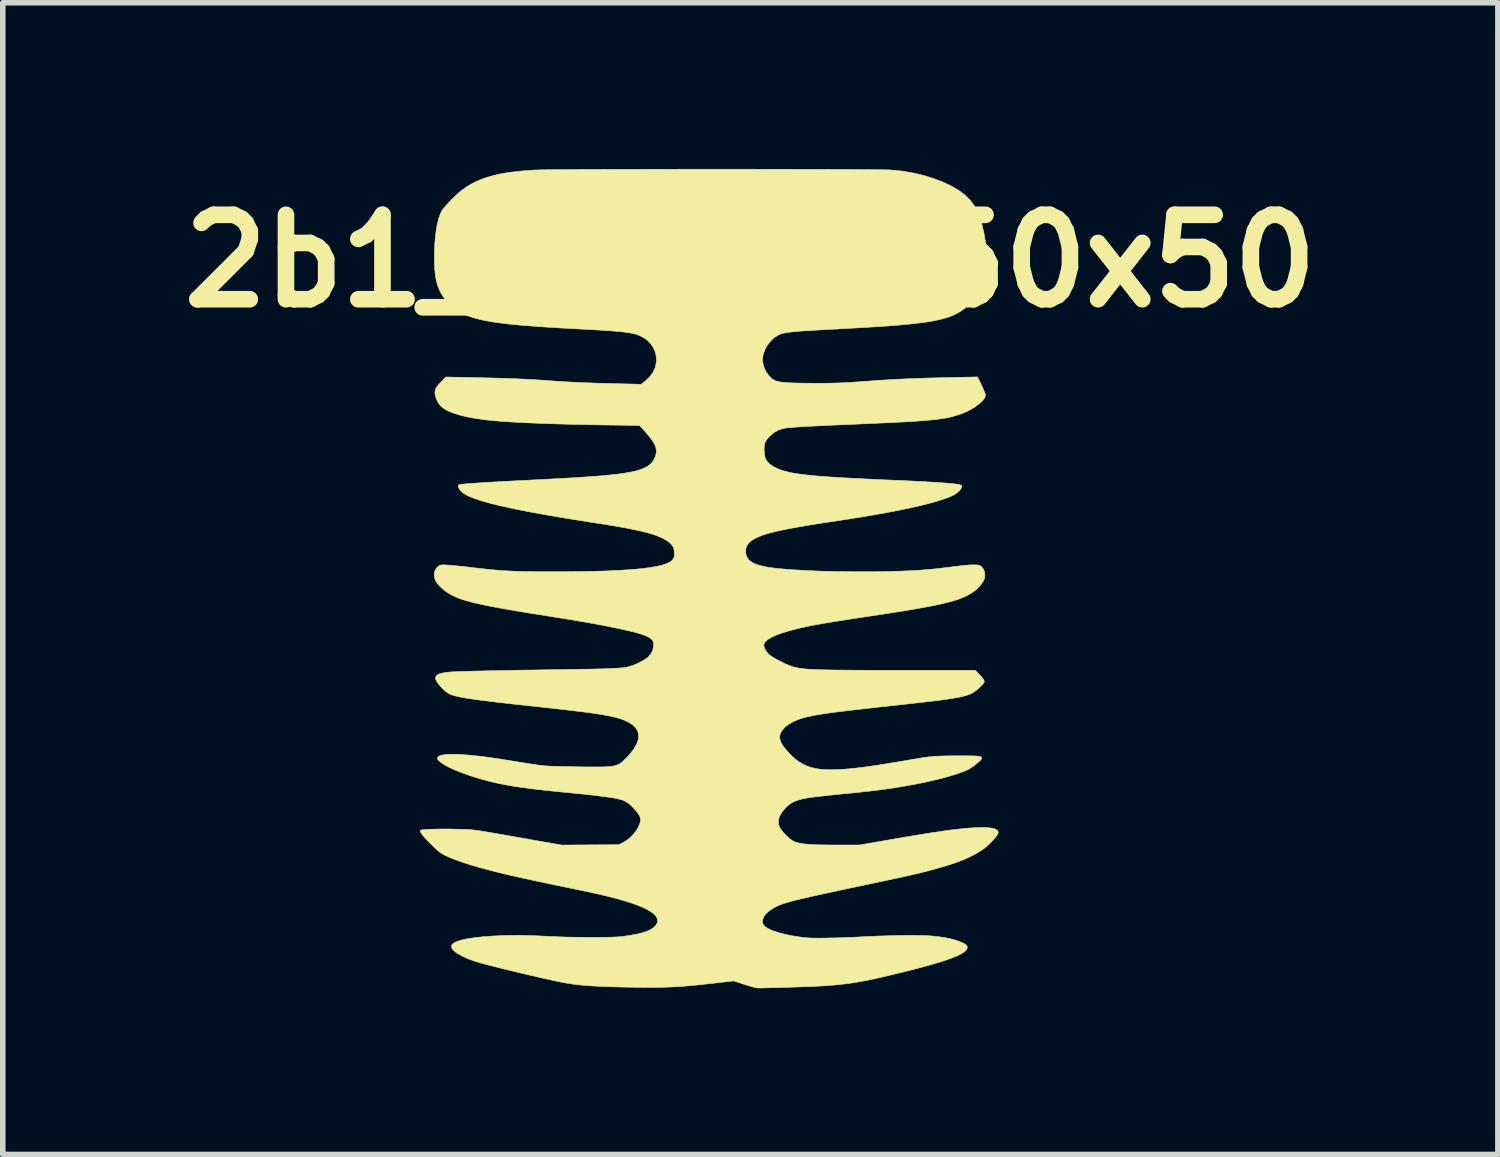
<source format=kicad_pcb>
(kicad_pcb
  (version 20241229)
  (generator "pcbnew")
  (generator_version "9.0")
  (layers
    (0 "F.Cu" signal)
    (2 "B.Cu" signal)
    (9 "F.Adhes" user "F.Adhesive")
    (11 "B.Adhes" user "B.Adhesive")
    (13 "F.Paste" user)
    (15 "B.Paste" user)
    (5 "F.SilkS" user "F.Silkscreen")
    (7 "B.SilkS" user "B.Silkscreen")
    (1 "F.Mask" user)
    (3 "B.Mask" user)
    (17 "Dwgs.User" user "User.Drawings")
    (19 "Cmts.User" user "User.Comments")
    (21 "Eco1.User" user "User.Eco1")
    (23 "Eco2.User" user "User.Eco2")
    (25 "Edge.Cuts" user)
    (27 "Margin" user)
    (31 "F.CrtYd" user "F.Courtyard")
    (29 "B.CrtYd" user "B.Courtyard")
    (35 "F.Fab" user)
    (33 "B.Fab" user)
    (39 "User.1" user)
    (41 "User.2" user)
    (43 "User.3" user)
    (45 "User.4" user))
  (footprint "2b1_Mouth_50x50"
    (layer "F.Cu")
    (at 10.494 1.662)
    (property "Reference" "2b1_Mouth_50x50" (at 0 0 0) (layer "F.SilkS") (effects (font (size 1.524 1.524) (thickness 0.3))))
    (attr through_hole)
    (fp_poly (pts (xy -0.378 -1.657) (xy -0.148 -1.657) (xy 0.079 -1.657) (xy 0.303 -1.656) (xy 0.522 -1.656) (xy 0.736 -1.656) (xy 0.943 -1.655) (xy 1.143 -1.655) (xy 1.333 -1.654) (xy 1.514 -1.653) (xy 1.684 -1.653) (xy 1.841 -1.652) (xy 1.986 -1.651) (xy 2.117 -1.65) (xy 2.232 -1.649) (xy 2.332 -1.648) (xy 2.414 -1.647) (xy 2.478 -1.646) (xy 2.522 -1.644) (xy 2.54 -1.643) (xy 2.737 -1.624) (xy 2.931 -1.591) (xy 3.12 -1.548) (xy 3.3 -1.493) (xy 3.469 -1.429) (xy 3.624 -1.356) (xy 3.762 -1.275) (xy 3.764 -1.274) (xy 3.871 -1.194) (xy 3.962 -1.105) (xy 4.037 -1.006) (xy 4.1 -0.893) (xy 4.151 -0.765) (xy 4.175 -0.683) (xy 4.219 -0.496) (xy 4.247 -0.32) (xy 4.259 -0.155) (xy 4.256 0.004) (xy 4.236 0.156) (xy 4.229 0.191) (xy 4.199 0.323) (xy 4.164 0.437) (xy 4.124 0.537) (xy 4.078 0.624) (xy 4.023 0.702) (xy 3.957 0.774) (xy 3.88 0.843) (xy 3.875 0.848) (xy 3.83 0.883) (xy 3.782 0.915) (xy 3.731 0.945) (xy 3.676 0.972) (xy 3.616 0.997) (xy 3.549 1.021) (xy 3.475 1.042) (xy 3.392 1.062) (xy 3.3 1.081) (xy 3.197 1.098) (xy 3.083 1.114) (xy 2.957 1.129) (xy 2.817 1.144) (xy 2.662 1.158) (xy 2.491 1.171) (xy 2.304 1.184) (xy 2.099 1.197) (xy 1.875 1.21) (xy 1.632 1.223) (xy 1.55 1.228) (xy 1.386 1.236) (xy 1.241 1.244) (xy 1.114 1.252) (xy 1.004 1.259) (xy 0.909 1.265) (xy 0.828 1.272) (xy 0.759 1.278) (xy 0.701 1.285) (xy 0.653 1.292) (xy 0.612 1.3) (xy 0.578 1.308) (xy 0.549 1.317) (xy 0.524 1.327) (xy 0.5 1.338) (xy 0.498 1.339) (xy 0.427 1.385) (xy 0.363 1.447) (xy 0.307 1.52) (xy 0.263 1.6) (xy 0.233 1.682) (xy 0.22 1.763) (xy 0.22 1.778) (xy 0.229 1.855) (xy 0.252 1.932) (xy 0.288 2.005) (xy 0.335 2.069) (xy 0.388 2.122) (xy 0.447 2.158) (xy 0.465 2.165) (xy 0.501 2.175) (xy 0.547 2.184) (xy 0.604 2.191) (xy 0.675 2.196) (xy 0.76 2.2) (xy 0.862 2.203) (xy 0.981 2.205) (xy 1.119 2.206) (xy 1.185 2.206) (xy 1.308 2.206) (xy 1.413 2.205) (xy 1.506 2.203) (xy 1.592 2.201) (xy 1.673 2.198) (xy 1.756 2.194) (xy 1.844 2.188) (xy 1.941 2.181) (xy 1.995 2.177) (xy 2.137 2.167) (xy 2.269 2.157) (xy 2.394 2.149) (xy 2.514 2.142) (xy 2.633 2.135) (xy 2.753 2.129) (xy 2.876 2.124) (xy 3.006 2.119) (xy 3.144 2.114) (xy 3.295 2.11) (xy 3.459 2.106) (xy 3.641 2.102) (xy 3.752 2.1) (xy 4.102 2.092) (xy 4.173 2.241) (xy 4.197 2.294) (xy 4.218 2.343) (xy 4.234 2.383) (xy 4.243 2.41) (xy 4.244 2.418) (xy 4.236 2.457) (xy 4.213 2.498) (xy 4.171 2.543) (xy 4.16 2.553) (xy 4.053 2.636) (xy 3.929 2.707) (xy 3.791 2.765) (xy 3.641 2.81) (xy 3.568 2.826) (xy 3.516 2.836) (xy 3.461 2.844) (xy 3.403 2.853) (xy 3.34 2.861) (xy 3.271 2.868) (xy 3.195 2.875) (xy 3.11 2.882) (xy 3.014 2.889) (xy 2.908 2.896) (xy 2.789 2.903) (xy 2.656 2.91) (xy 2.507 2.918) (xy 2.342 2.925) (xy 2.16 2.934) (xy 1.958 2.942) (xy 1.831 2.948) (xy 1.628 2.956) (xy 1.446 2.964) (xy 1.284 2.972) (xy 1.14 2.979) (xy 1.015 2.986) (xy 0.907 2.992) (xy 0.815 2.998) (xy 0.74 3.004) (xy 0.68 3.01) (xy 0.634 3.015) (xy 0.602 3.021) (xy 0.602 3.021) (xy 0.51 3.049) (xy 0.429 3.094) (xy 0.357 3.155) (xy 0.312 3.204) (xy 0.281 3.247) (xy 0.262 3.288) (xy 0.252 3.335) (xy 0.249 3.393) (xy 0.249 3.408) (xy 0.254 3.489) (xy 0.269 3.556) (xy 0.299 3.612) (xy 0.343 3.66) (xy 0.405 3.704) (xy 0.454 3.73) (xy 0.498 3.751) (xy 0.546 3.77) (xy 0.6 3.787) (xy 0.66 3.803) (xy 0.728 3.819) (xy 0.805 3.833) (xy 0.891 3.846) (xy 0.988 3.858) (xy 1.097 3.87) (xy 1.218 3.881) (xy 1.354 3.892) (xy 1.506 3.902) (xy 1.673 3.912) (xy 1.858 3.922) (xy 2.061 3.932) (xy 2.284 3.943) (xy 2.392 3.948) (xy 2.604 3.957) (xy 2.797 3.966) (xy 2.969 3.974) (xy 3.123 3.982) (xy 3.259 3.99) (xy 3.378 3.997) (xy 3.48 4.004) (xy 3.567 4.011) (xy 3.64 4.018) (xy 3.698 4.024) (xy 3.743 4.031) (xy 3.776 4.037) (xy 3.798 4.044) (xy 3.806 4.048) (xy 3.818 4.06) (xy 3.817 4.075) (xy 3.811 4.094) (xy 3.787 4.131) (xy 3.749 4.17) (xy 3.7 4.206) (xy 3.664 4.227) (xy 3.584 4.263) (xy 3.484 4.299) (xy 3.365 4.337) (xy 3.225 4.376) (xy 3.068 4.415) (xy 2.892 4.455) (xy 2.699 4.495) (xy 2.489 4.536) (xy 2.263 4.577) (xy 2.021 4.618) (xy 1.765 4.659) (xy 1.572 4.688) (xy 1.366 4.719) (xy 1.18 4.748) (xy 1.012 4.776) (xy 0.862 4.801) (xy 0.728 4.826) (xy 0.609 4.849) (xy 0.503 4.872) (xy 0.41 4.894) (xy 0.328 4.915) (xy 0.256 4.937) (xy 0.193 4.959) (xy 0.137 4.982) (xy 0.109 4.995) (xy 0.034 5.037) (xy -0.022 5.082) (xy -0.06 5.133) (xy -0.08 5.19) (xy -0.085 5.239) (xy -0.077 5.303) (xy -0.055 5.358) (xy -0.017 5.404) (xy 0.038 5.444) (xy 0.111 5.477) (xy 0.204 5.504) (xy 0.249 5.514) (xy 0.336 5.53) (xy 0.444 5.544) (xy 0.569 5.557) (xy 0.712 5.569) (xy 0.87 5.579) (xy 1.042 5.588) (xy 1.227 5.596) (xy 1.423 5.602) (xy 1.63 5.606) (xy 1.844 5.608) (xy 2.027 5.609) (xy 2.264 5.608) (xy 2.483 5.605) (xy 2.687 5.599) (xy 2.877 5.591) (xy 3.056 5.581) (xy 3.227 5.567) (xy 3.393 5.551) (xy 3.556 5.531) (xy 3.61 5.524) (xy 3.748 5.507) (xy 3.866 5.494) (xy 3.963 5.486) (xy 4.04 5.484) (xy 4.097 5.486) (xy 4.131 5.492) (xy 4.174 5.517) (xy 4.207 5.557) (xy 4.227 5.61) (xy 4.234 5.671) (xy 4.229 5.719) (xy 4.214 5.761) (xy 4.186 5.809) (xy 4.147 5.86) (xy 4.103 5.908) (xy 4.071 5.936) (xy 4.03 5.967) (xy 3.988 5.996) (xy 3.942 6.023) (xy 3.892 6.049) (xy 3.837 6.073) (xy 3.776 6.097) (xy 3.707 6.121) (xy 3.63 6.143) (xy 3.544 6.166) (xy 3.447 6.189) (xy 3.338 6.213) (xy 3.217 6.237) (xy 3.082 6.262) (xy 2.932 6.288) (xy 2.766 6.316) (xy 2.584 6.345) (xy 2.383 6.376) (xy 2.164 6.409) (xy 1.958 6.44) (xy 1.776 6.468) (xy 1.614 6.493) (xy 1.468 6.516) (xy 1.338 6.538) (xy 1.221 6.559) (xy 1.115 6.578) (xy 1.019 6.598) (xy 0.931 6.617) (xy 0.852 6.635) (xy 0.704 6.674) (xy 0.576 6.713) (xy 0.469 6.752) (xy 0.382 6.791) (xy 0.317 6.83) (xy 0.272 6.87) (xy 0.248 6.909) (xy 0.243 6.934) (xy 0.253 6.983) (xy 0.279 7.034) (xy 0.319 7.085) (xy 0.342 7.107) (xy 0.377 7.133) (xy 0.427 7.164) (xy 0.487 7.198) (xy 0.554 7.232) (xy 0.621 7.265) (xy 0.686 7.293) (xy 0.743 7.315) (xy 0.767 7.323) (xy 0.798 7.331) (xy 0.829 7.339) (xy 0.862 7.346) (xy 0.899 7.352) (xy 0.94 7.358) (xy 0.986 7.363) (xy 1.038 7.367) (xy 1.098 7.371) (xy 1.166 7.374) (xy 1.244 7.377) (xy 1.333 7.379) (xy 1.433 7.381) (xy 1.547 7.383) (xy 1.674 7.384) (xy 1.816 7.385) (xy 1.974 7.386) (xy 2.15 7.387) (xy 2.344 7.387) (xy 2.557 7.387) (xy 2.72 7.387) (xy 4.059 7.387) (xy 4.124 7.453) (xy 4.167 7.499) (xy 4.196 7.535) (xy 4.214 7.562) (xy 4.222 7.584) (xy 4.223 7.594) (xy 4.215 7.613) (xy 4.193 7.641) (xy 4.161 7.675) (xy 4.123 7.711) (xy 4.081 7.746) (xy 4.039 7.777) (xy 4.031 7.782) (xy 4.006 7.797) (xy 3.978 7.811) (xy 3.948 7.824) (xy 3.913 7.837) (xy 3.872 7.849) (xy 3.825 7.861) (xy 3.769 7.873) (xy 3.704 7.885) (xy 3.629 7.897) (xy 3.543 7.91) (xy 3.443 7.924) (xy 3.33 7.938) (xy 3.202 7.954) (xy 3.057 7.97) (xy 2.896 7.989) (xy 2.715 8.009) (xy 2.515 8.03) (xy 2.492 8.033) (xy 2.29 8.055) (xy 2.108 8.075) (xy 1.944 8.094) (xy 1.797 8.111) (xy 1.666 8.127) (xy 1.549 8.141) (xy 1.445 8.155) (xy 1.353 8.168) (xy 1.271 8.181) (xy 1.198 8.193) (xy 1.133 8.205) (xy 1.074 8.217) (xy 1.019 8.229) (xy 0.975 8.24) (xy 0.878 8.271) (xy 0.786 8.309) (xy 0.705 8.353) (xy 0.639 8.401) (xy 0.624 8.415) (xy 0.576 8.469) (xy 0.544 8.521) (xy 0.53 8.574) (xy 0.532 8.628) (xy 0.552 8.687) (xy 0.59 8.752) (xy 0.645 8.823) (xy 0.704 8.888) (xy 0.761 8.945) (xy 0.819 8.996) (xy 0.88 9.041) (xy 0.943 9.079) (xy 1.011 9.111) (xy 1.084 9.137) (xy 1.165 9.158) (xy 1.253 9.172) (xy 1.35 9.181) (xy 1.458 9.183) (xy 1.577 9.181) (xy 1.71 9.172) (xy 1.856 9.159) (xy 2.017 9.14) (xy 2.195 9.115) (xy 2.39 9.086) (xy 2.604 9.051) (xy 2.72 9.032) (xy 2.828 9.013) (xy 2.917 8.998) (xy 2.991 8.986) (xy 3.05 8.976) (xy 3.098 8.968) (xy 3.137 8.962) (xy 3.168 8.957) (xy 3.196 8.954) (xy 3.221 8.951) (xy 3.247 8.948) (xy 3.275 8.945) (xy 3.297 8.943) (xy 3.337 8.94) (xy 3.393 8.937) (xy 3.462 8.935) (xy 3.54 8.933) (xy 3.624 8.932) (xy 3.711 8.931) (xy 3.798 8.931) (xy 3.881 8.931) (xy 3.958 8.932) (xy 4.024 8.933) (xy 4.077 8.935) (xy 4.113 8.937) (xy 4.122 8.938) (xy 4.159 8.947) (xy 4.176 8.961) (xy 4.174 8.982) (xy 4.163 9.001) (xy 4.143 9.023) (xy 4.109 9.052) (xy 4.067 9.086) (xy 4.022 9.12) (xy 3.977 9.151) (xy 3.938 9.175) (xy 3.926 9.181) (xy 3.876 9.204) (xy 3.809 9.229) (xy 3.728 9.257) (xy 3.638 9.285) (xy 3.54 9.314) (xy 3.439 9.341) (xy 3.381 9.356) (xy 3.117 9.416) (xy 2.835 9.47) (xy 2.535 9.519) (xy 2.22 9.561) (xy 1.891 9.597) (xy 1.873 9.599) (xy 1.713 9.614) (xy 1.573 9.628) (xy 1.45 9.641) (xy 1.344 9.652) (xy 1.252 9.662) (xy 1.174 9.672) (xy 1.106 9.68) (xy 1.049 9.689) (xy 1 9.697) (xy 0.958 9.705) (xy 0.921 9.714) (xy 0.887 9.723) (xy 0.86 9.731) (xy 0.786 9.759) (xy 0.726 9.791) (xy 0.672 9.834) (xy 0.628 9.879) (xy 0.568 9.952) (xy 0.528 10.022) (xy 0.507 10.087) (xy 0.507 10.151) (xy 0.525 10.213) (xy 0.535 10.232) (xy 0.56 10.271) (xy 0.598 10.316) (xy 0.643 10.364) (xy 0.69 10.408) (xy 0.734 10.445) (xy 0.745 10.453) (xy 0.776 10.471) (xy 0.811 10.487) (xy 0.852 10.5) (xy 0.9 10.511) (xy 0.958 10.52) (xy 1.027 10.527) (xy 1.108 10.533) (xy 1.204 10.537) (xy 1.316 10.539) (xy 1.446 10.541) (xy 1.581 10.541) (xy 1.972 10.541) (xy 2.428 10.462) (xy 2.631 10.427) (xy 2.815 10.395) (xy 2.982 10.367) (xy 3.132 10.343) (xy 3.268 10.321) (xy 3.391 10.303) (xy 3.502 10.286) (xy 3.604 10.272) (xy 3.697 10.261) (xy 3.784 10.251) (xy 3.866 10.243) (xy 3.945 10.236) (xy 3.958 10.235) (xy 4.092 10.226) (xy 4.206 10.224) (xy 4.299 10.229) (xy 4.373 10.239) (xy 4.427 10.255) (xy 4.461 10.278) (xy 4.475 10.306) (xy 4.47 10.333) (xy 4.45 10.369) (xy 4.418 10.412) (xy 4.376 10.46) (xy 4.327 10.51) (xy 4.273 10.559) (xy 4.217 10.605) (xy 4.17 10.638) (xy 4.071 10.699) (xy 3.964 10.755) (xy 3.846 10.807) (xy 3.715 10.857) (xy 3.567 10.906) (xy 3.46 10.938) (xy 3.39 10.958) (xy 3.324 10.977) (xy 3.26 10.994) (xy 3.196 11.011) (xy 3.131 11.028) (xy 3.062 11.045) (xy 2.989 11.063) (xy 2.908 11.081) (xy 2.818 11.102) (xy 2.717 11.124) (xy 2.604 11.148) (xy 2.476 11.176) (xy 2.332 11.206) (xy 2.17 11.241) (xy 2.101 11.255) (xy 1.894 11.299) (xy 1.707 11.339) (xy 1.539 11.375) (xy 1.388 11.407) (xy 1.253 11.437) (xy 1.133 11.463) (xy 1.026 11.488) (xy 0.933 11.509) (xy 0.851 11.529) (xy 0.779 11.547) (xy 0.717 11.564) (xy 0.663 11.579) (xy 0.616 11.594) (xy 0.575 11.608) (xy 0.538 11.621) (xy 0.505 11.635) (xy 0.475 11.649) (xy 0.445 11.664) (xy 0.442 11.665) (xy 0.367 11.711) (xy 0.304 11.762) (xy 0.256 11.815) (xy 0.233 11.856) (xy 0.218 11.91) (xy 0.224 11.958) (xy 0.249 11.999) (xy 0.268 12.017) (xy 0.327 12.053) (xy 0.405 12.088) (xy 0.499 12.12) (xy 0.609 12.15) (xy 0.732 12.176) (xy 0.866 12.198) (xy 0.995 12.215) (xy 1.044 12.218) (xy 1.112 12.221) (xy 1.196 12.222) (xy 1.294 12.222) (xy 1.402 12.22) (xy 1.519 12.218) (xy 1.642 12.215) (xy 1.768 12.21) (xy 1.895 12.205) (xy 2.021 12.198) (xy 2.043 12.197) (xy 2.167 12.191) (xy 2.298 12.185) (xy 2.432 12.181) (xy 2.566 12.177) (xy 2.698 12.175) (xy 2.825 12.173) (xy 2.943 12.173) (xy 3.049 12.174) (xy 3.141 12.176) (xy 3.216 12.179) (xy 3.233 12.18) (xy 3.391 12.195) (xy 3.53 12.216) (xy 3.651 12.243) (xy 3.756 12.276) (xy 3.835 12.309) (xy 3.875 12.33) (xy 3.899 12.347) (xy 3.911 12.364) (xy 3.915 12.383) (xy 3.916 12.39) (xy 3.909 12.418) (xy 3.888 12.447) (xy 3.852 12.477) (xy 3.801 12.509) (xy 3.733 12.542) (xy 3.649 12.576) (xy 3.548 12.613) (xy 3.429 12.652) (xy 3.291 12.693) (xy 3.134 12.737) (xy 2.958 12.784) (xy 2.761 12.833) (xy 2.731 12.841) (xy 2.548 12.885) (xy 2.384 12.924) (xy 2.233 12.958) (xy 2.094 12.986) (xy 1.964 13.01) (xy 1.84 13.031) (xy 1.719 13.047) (xy 1.598 13.061) (xy 1.474 13.073) (xy 1.344 13.082) (xy 1.206 13.09) (xy 1.169 13.091) (xy 1.111 13.094) (xy 1.039 13.097) (xy 0.957 13.1) (xy 0.867 13.103) (xy 0.772 13.106) (xy 0.674 13.109) (xy 0.576 13.112) (xy 0.481 13.115) (xy 0.392 13.117) (xy 0.311 13.119) (xy 0.241 13.121) (xy 0.185 13.122) (xy 0.145 13.122) (xy 0.127 13.122) (xy 0.105 13.119) (xy 0.068 13.11) (xy 0.018 13.096) (xy -0.041 13.078) (xy -0.104 13.058) (xy -0.106 13.058) (xy -0.302 12.994) (xy -0.635 13.033) (xy -0.799 13.051) (xy -0.946 13.067) (xy -1.079 13.08) (xy -1.201 13.09) (xy -1.316 13.098) (xy -1.428 13.104) (xy -1.539 13.108) (xy -1.654 13.111) (xy -1.776 13.112) (xy -1.908 13.111) (xy -2.054 13.11) (xy -2.074 13.109) (xy -2.264 13.106) (xy -2.435 13.102) (xy -2.588 13.097) (xy -2.725 13.092) (xy -2.849 13.085) (xy -2.962 13.077) (xy -3.064 13.068) (xy -3.159 13.058) (xy -3.247 13.046) (xy -3.331 13.032) (xy -3.408 13.018) (xy -3.497 12.999) (xy -3.6 12.977) (xy -3.712 12.952) (xy -3.832 12.925) (xy -3.957 12.896) (xy -4.086 12.866) (xy -4.215 12.835) (xy -4.342 12.804) (xy -4.465 12.774) (xy -4.582 12.745) (xy -4.69 12.717) (xy -4.787 12.692) (xy -4.87 12.669) (xy -4.937 12.65) (xy -4.985 12.635) (xy -5.094 12.595) (xy -5.193 12.55) (xy -5.279 12.502) (xy -5.322 12.473) (xy -5.367 12.433) (xy -5.392 12.397) (xy -5.396 12.363) (xy -5.379 12.332) (xy -5.342 12.304) (xy -5.283 12.278) (xy -5.204 12.254) (xy -5.196 12.253) (xy -5.093 12.231) (xy -4.971 12.213) (xy -4.833 12.198) (xy -4.681 12.186) (xy -4.518 12.178) (xy -4.347 12.173) (xy -4.169 12.172) (xy -3.988 12.175) (xy -3.806 12.182) (xy -3.694 12.188) (xy -3.6 12.193) (xy -3.496 12.197) (xy -3.382 12.201) (xy -3.263 12.204) (xy -3.14 12.206) (xy -3.016 12.207) (xy -2.894 12.208) (xy -2.776 12.208) (xy -2.665 12.207) (xy -2.563 12.206) (xy -2.474 12.203) (xy -2.399 12.2) (xy -2.342 12.196) (xy -2.323 12.194) (xy -2.181 12.174) (xy -2.059 12.152) (xy -1.955 12.127) (xy -1.869 12.099) (xy -1.8 12.068) (xy -1.746 12.033) (xy -1.707 11.994) (xy -1.698 11.982) (xy -1.676 11.935) (xy -1.674 11.889) (xy -1.691 11.843) (xy -1.729 11.797) (xy -1.786 11.751) (xy -1.863 11.705) (xy -1.961 11.658) (xy -2.079 11.612) (xy -2.218 11.565) (xy -2.377 11.518) (xy -2.557 11.471) (xy -2.758 11.424) (xy -2.942 11.383) (xy -3.006 11.37) (xy -3.087 11.353) (xy -3.18 11.334) (xy -3.281 11.313) (xy -3.387 11.291) (xy -3.494 11.269) (xy -3.588 11.25) (xy -3.857 11.193) (xy -4.106 11.139) (xy -4.335 11.087) (xy -4.544 11.037) (xy -4.735 10.988) (xy -4.908 10.941) (xy -5.063 10.895) (xy -5.201 10.851) (xy -5.323 10.807) (xy -5.429 10.765) (xy -5.52 10.723) (xy -5.53 10.718) (xy -5.561 10.7) (xy -5.591 10.682) (xy -5.621 10.659) (xy -5.655 10.63) (xy -5.696 10.592) (xy -5.747 10.541) (xy -5.774 10.515) (xy -5.839 10.449) (xy -5.888 10.396) (xy -5.923 10.354) (xy -5.945 10.322) (xy -5.955 10.298) (xy -5.954 10.281) (xy -5.95 10.274) (xy -5.934 10.269) (xy -5.9 10.265) (xy -5.85 10.261) (xy -5.787 10.258) (xy -5.713 10.255) (xy -5.63 10.253) (xy -5.542 10.252) (xy -5.451 10.252) (xy -5.359 10.254) (xy -5.269 10.256) (xy -5.249 10.256) (xy -5.206 10.258) (xy -5.168 10.259) (xy -5.133 10.26) (xy -5.101 10.262) (xy -5.07 10.263) (xy -5.037 10.266) (xy -5.003 10.269) (xy -4.965 10.274) (xy -4.921 10.28) (xy -4.871 10.287) (xy -4.813 10.297) (xy -4.745 10.308) (xy -4.666 10.321) (xy -4.575 10.337) (xy -4.469 10.355) (xy -4.349 10.376) (xy -4.211 10.401) (xy -4.054 10.428) (xy -3.949 10.447) (xy -3.405 10.542) (xy -2.89 10.539) (xy -2.375 10.536) (xy -2.295 10.496) (xy -2.226 10.454) (xy -2.16 10.399) (xy -2.099 10.334) (xy -2.048 10.265) (xy -2.01 10.194) (xy -1.987 10.126) (xy -1.983 10.106) (xy -1.982 10.07) (xy -1.991 10.034) (xy -2.011 9.995) (xy -2.043 9.949) (xy -2.079 9.906) (xy -2.143 9.838) (xy -2.201 9.787) (xy -2.257 9.751) (xy -2.314 9.727) (xy -2.318 9.726) (xy -2.364 9.714) (xy -2.42 9.701) (xy -2.488 9.689) (xy -2.567 9.677) (xy -2.66 9.664) (xy -2.768 9.65) (xy -2.893 9.636) (xy -3.034 9.621) (xy -3.194 9.605) (xy -3.365 9.588) (xy -3.577 9.567) (xy -3.768 9.547) (xy -3.943 9.526) (xy -4.104 9.505) (xy -4.251 9.484) (xy -4.388 9.46) (xy -4.516 9.436) (xy -4.638 9.409) (xy -4.755 9.38) (xy -4.87 9.348) (xy -4.985 9.313) (xy -5.084 9.281) (xy -5.214 9.234) (xy -5.33 9.188) (xy -5.431 9.142) (xy -5.515 9.097) (xy -5.581 9.054) (xy -5.61 9.03) (xy -5.64 8.999) (xy -5.65 8.973) (xy -5.64 8.952) (xy -5.619 8.937) (xy -5.57 8.92) (xy -5.5 8.908) (xy -5.411 8.903) (xy -5.303 8.904) (xy -5.174 8.911) (xy -5.025 8.923) (xy -4.856 8.942) (xy -4.668 8.967) (xy -4.459 8.998) (xy -4.23 9.036) (xy -4.22 9.037) (xy -4.127 9.053) (xy -4.034 9.067) (xy -3.946 9.081) (xy -3.865 9.093) (xy -3.796 9.102) (xy -3.741 9.109) (xy -3.715 9.112) (xy -3.676 9.114) (xy -3.62 9.117) (xy -3.548 9.12) (xy -3.463 9.122) (xy -3.369 9.125) (xy -3.267 9.127) (xy -3.162 9.129) (xy -3.085 9.13) (xy -2.948 9.132) (xy -2.83 9.132) (xy -2.73 9.132) (xy -2.645 9.131) (xy -2.574 9.128) (xy -2.515 9.122) (xy -2.465 9.115) (xy -2.423 9.104) (xy -2.388 9.091) (xy -2.356 9.074) (xy -2.327 9.054) (xy -2.298 9.029) (xy -2.268 9) (xy -2.248 8.981) (xy -2.161 8.886) (xy -2.095 8.796) (xy -2.048 8.711) (xy -2.022 8.632) (xy -2.017 8.559) (xy -2.031 8.491) (xy -2.066 8.43) (xy -2.12 8.374) (xy -2.196 8.325) (xy -2.291 8.282) (xy -2.366 8.256) (xy -2.42 8.241) (xy -2.479 8.227) (xy -2.545 8.212) (xy -2.619 8.198) (xy -2.702 8.184) (xy -2.796 8.169) (xy -2.902 8.154) (xy -3.021 8.138) (xy -3.156 8.122) (xy -3.306 8.104) (xy -3.473 8.085) (xy -3.66 8.064) (xy -3.805 8.048) (xy -4.018 8.025) (xy -4.211 8.004) (xy -4.386 7.985) (xy -4.543 7.967) (xy -4.683 7.95) (xy -4.807 7.935) (xy -4.917 7.921) (xy -5.013 7.907) (xy -5.097 7.895) (xy -5.169 7.883) (xy -5.232 7.871) (xy -5.285 7.86) (xy -5.33 7.849) (xy -5.368 7.838) (xy -5.401 7.827) (xy -5.426 7.816) (xy -5.467 7.792) (xy -5.512 7.758) (xy -5.557 7.716) (xy -5.6 7.67) (xy -5.637 7.625) (xy -5.665 7.583) (xy -5.681 7.547) (xy -5.683 7.533) (xy -5.677 7.502) (xy -5.658 7.477) (xy -5.625 7.457) (xy -5.575 7.441) (xy -5.507 7.429) (xy -5.429 7.419) (xy -5.387 7.416) (xy -5.324 7.413) (xy -5.24 7.41) (xy -5.137 7.407) (xy -5.015 7.403) (xy -4.873 7.4) (xy -4.714 7.396) (xy -4.536 7.393) (xy -4.341 7.389) (xy -4.128 7.385) (xy -3.899 7.382) (xy -3.654 7.378) (xy -3.53 7.376) (xy -3.337 7.374) (xy -3.164 7.371) (xy -3.01 7.368) (xy -2.874 7.366) (xy -2.754 7.363) (xy -2.649 7.36) (xy -2.557 7.357) (xy -2.479 7.353) (xy -2.412 7.35) (xy -2.355 7.346) (xy -2.307 7.342) (xy -2.267 7.337) (xy -2.234 7.332) (xy -2.206 7.326) (xy -2.196 7.323) (xy -2.129 7.302) (xy -2.056 7.273) (xy -1.984 7.239) (xy -1.919 7.202) (xy -1.865 7.166) (xy -1.844 7.149) (xy -1.793 7.09) (xy -1.76 7.02) (xy -1.747 6.942) (xy -1.746 6.927) (xy -1.748 6.889) (xy -1.757 6.862) (xy -1.774 6.837) (xy -1.778 6.833) (xy -1.803 6.81) (xy -1.839 6.787) (xy -1.886 6.765) (xy -1.945 6.743) (xy -2.02 6.719) (xy -2.11 6.695) (xy -2.219 6.669) (xy -2.339 6.642) (xy -2.44 6.621) (xy -2.542 6.6) (xy -2.646 6.579) (xy -2.756 6.558) (xy -2.873 6.537) (xy -2.999 6.515) (xy -3.138 6.491) (xy -3.289 6.466) (xy -3.458 6.439) (xy -3.644 6.409) (xy -3.683 6.403) (xy -3.901 6.368) (xy -4.099 6.336) (xy -4.279 6.306) (xy -4.441 6.278) (xy -4.587 6.252) (xy -4.718 6.227) (xy -4.834 6.203) (xy -4.939 6.18) (xy -5.031 6.157) (xy -5.113 6.135) (xy -5.186 6.113) (xy -5.251 6.091) (xy -5.309 6.068) (xy -5.362 6.044) (xy -5.409 6.019) (xy -5.454 5.993) (xy -5.478 5.977) (xy -5.543 5.928) (xy -5.602 5.874) (xy -5.65 5.818) (xy -5.684 5.767) (xy -5.703 5.709) (xy -5.707 5.65) (xy -5.694 5.593) (xy -5.668 5.544) (xy -5.629 5.507) (xy -5.616 5.5) (xy -5.6 5.492) (xy -5.583 5.487) (xy -5.563 5.484) (xy -5.535 5.484) (xy -5.496 5.486) (xy -5.441 5.49) (xy -5.415 5.492) (xy -5.351 5.498) (xy -5.273 5.505) (xy -5.188 5.514) (xy -5.103 5.523) (xy -5.038 5.531) (xy -4.904 5.547) (xy -4.782 5.56) (xy -4.669 5.572) (xy -4.562 5.581) (xy -4.458 5.589) (xy -4.353 5.595) (xy -4.246 5.6) (xy -4.132 5.604) (xy -4.009 5.606) (xy -3.873 5.608) (xy -3.721 5.608) (xy -3.588 5.609) (xy -3.31 5.608) (xy -3.052 5.605) (xy -2.815 5.6) (xy -2.598 5.594) (xy -2.4 5.585) (xy -2.221 5.574) (xy -2.061 5.562) (xy -1.918 5.547) (xy -1.794 5.53) (xy -1.686 5.511) (xy -1.596 5.49) (xy -1.521 5.466) (xy -1.463 5.44) (xy -1.42 5.411) (xy -1.396 5.386) (xy -1.382 5.361) (xy -1.374 5.335) (xy -1.371 5.299) (xy -1.371 5.276) (xy -1.376 5.213) (xy -1.395 5.158) (xy -1.428 5.11) (xy -1.478 5.066) (xy -1.546 5.023) (xy -1.599 4.996) (xy -1.658 4.97) (xy -1.724 4.945) (xy -1.798 4.921) (xy -1.881 4.898) (xy -1.976 4.874) (xy -2.084 4.851) (xy -2.207 4.826) (xy -2.345 4.801) (xy -2.5 4.774) (xy -2.674 4.746) (xy -2.773 4.731) (xy -3.06 4.686) (xy -3.326 4.643) (xy -3.573 4.601) (xy -3.8 4.561) (xy -4.009 4.523) (xy -4.199 4.485) (xy -4.371 4.449) (xy -4.527 4.415) (xy -4.665 4.381) (xy -4.788 4.347) (xy -4.896 4.315) (xy -4.988 4.283) (xy -5.067 4.252) (xy -5.131 4.22) (xy -5.182 4.19) (xy -5.216 4.161) (xy -5.244 4.128) (xy -5.263 4.095) (xy -5.272 4.066) (xy -5.268 4.044) (xy -5.262 4.039) (xy -5.245 4.034) (xy -5.207 4.029) (xy -5.149 4.024) (xy -5.071 4.017) (xy -4.973 4.01) (xy -4.856 4.002) (xy -4.72 3.994) (xy -4.566 3.985) (xy -4.394 3.976) (xy -4.205 3.966) (xy -4.154 3.964) (xy -3.935 3.952) (xy -3.736 3.942) (xy -3.556 3.932) (xy -3.393 3.923) (xy -3.245 3.915) (xy -3.112 3.907) (xy -2.992 3.899) (xy -2.884 3.891) (xy -2.786 3.884) (xy -2.697 3.877) (xy -2.651 3.873) (xy -2.486 3.857) (xy -2.341 3.84) (xy -2.215 3.82) (xy -2.106 3.799) (xy -2.012 3.774) (xy -1.934 3.746) (xy -1.869 3.714) (xy -1.816 3.677) (xy -1.774 3.636) (xy -1.742 3.589) (xy -1.718 3.536) (xy -1.709 3.509) (xy -1.698 3.46) (xy -1.697 3.412) (xy -1.705 3.365) (xy -1.724 3.314) (xy -1.756 3.259) (xy -1.8 3.196) (xy -1.859 3.124) (xy -1.922 3.052) (xy -1.999 2.967) (xy -2.547 2.96) (xy -2.81 2.956) (xy -3.062 2.951) (xy -3.304 2.945) (xy -3.535 2.939) (xy -3.752 2.931) (xy -3.955 2.923) (xy -4.143 2.914) (xy -4.315 2.905) (xy -4.47 2.895) (xy -4.606 2.884) (xy -4.722 2.873) (xy -4.77 2.868) (xy -4.945 2.843) (xy -5.101 2.815) (xy -5.238 2.783) (xy -5.356 2.746) (xy -5.454 2.707) (xy -5.532 2.663) (xy -5.59 2.616) (xy -5.598 2.607) (xy -5.63 2.563) (xy -5.658 2.508) (xy -5.68 2.452) (xy -5.692 2.401) (xy -5.694 2.381) (xy -5.69 2.342) (xy -5.679 2.306) (xy -5.657 2.268) (xy -5.622 2.225) (xy -5.58 2.179) (xy -5.497 2.093) (xy -4.942 2.105) (xy -4.764 2.109) (xy -4.605 2.113) (xy -4.462 2.117) (xy -4.331 2.121) (xy -4.212 2.126) (xy -4.1 2.131) (xy -3.994 2.136) (xy -3.89 2.142) (xy -3.786 2.149) (xy -3.68 2.156) (xy -3.646 2.159) (xy -3.53 2.167) (xy -3.419 2.175) (xy -3.311 2.181) (xy -3.201 2.187) (xy -3.088 2.193) (xy -2.967 2.197) (xy -2.837 2.202) (xy -2.692 2.207) (xy -2.531 2.211) (xy -2.452 2.213) (xy -1.968 2.225) (xy -1.892 2.163) (xy -1.814 2.088) (xy -1.756 2.009) (xy -1.717 1.923) (xy -1.698 1.831) (xy -1.696 1.815) (xy -1.699 1.719) (xy -1.721 1.628) (xy -1.761 1.545) (xy -1.817 1.47) (xy -1.889 1.407) (xy -1.973 1.356) (xy -2.069 1.319) (xy -2.117 1.308) (xy -2.16 1.3) (xy -2.204 1.292) (xy -2.252 1.286) (xy -2.305 1.279) (xy -2.364 1.273) (xy -2.432 1.267) (xy -2.51 1.261) (xy -2.6 1.254) (xy -2.704 1.248) (xy -2.822 1.241) (xy -2.958 1.233) (xy -3.113 1.225) (xy -3.164 1.222) (xy -3.414 1.209) (xy -3.642 1.195) (xy -3.852 1.181) (xy -4.044 1.166) (xy -4.219 1.151) (xy -4.378 1.135) (xy -4.522 1.117) (xy -4.652 1.098) (xy -4.769 1.078) (xy -4.875 1.056) (xy -4.97 1.031) (xy -5.055 1.005) (xy -5.131 0.976) (xy -5.2 0.944) (xy -5.262 0.91) (xy -5.319 0.873) (xy -5.371 0.832) (xy -5.42 0.788) (xy -5.437 0.771) (xy -5.503 0.698) (xy -5.558 0.623) (xy -5.603 0.543) (xy -5.639 0.455) (xy -5.667 0.359) (xy -5.686 0.251) (xy -5.698 0.129) (xy -5.703 -0.008) (xy -5.701 -0.164) (xy -5.701 -0.174) (xy -5.693 -0.351) (xy -5.677 -0.509) (xy -5.655 -0.648) (xy -5.626 -0.767) (xy -5.589 -0.867) (xy -5.58 -0.887) (xy -5.559 -0.921) (xy -5.525 -0.965) (xy -5.48 -1.017) (xy -5.428 -1.073) (xy -5.372 -1.131) (xy -5.315 -1.186) (xy -5.259 -1.237) (xy -5.207 -1.279) (xy -5.198 -1.286) (xy -5.099 -1.354) (xy -4.993 -1.414) (xy -4.879 -1.466) (xy -4.754 -1.511) (xy -4.619 -1.549) (xy -4.47 -1.581) (xy -4.305 -1.606) (xy -4.124 -1.626) (xy -3.924 -1.641) (xy -3.884 -1.643) (xy -3.849 -1.644) (xy -3.793 -1.646) (xy -3.719 -1.647) (xy -3.627 -1.648) (xy -3.518 -1.649) (xy -3.394 -1.65) (xy -3.255 -1.651) (xy -3.103 -1.652) (xy -2.938 -1.653) (xy -2.762 -1.653) (xy -2.576 -1.654) (xy -2.38 -1.655) (xy -2.176 -1.655) (xy -1.965 -1.656) (xy -1.748 -1.656) (xy -1.526 -1.656) (xy -1.3 -1.657) (xy -1.071 -1.657) (xy -0.841 -1.657) (xy -0.609 -1.657) (xy -0.378 -1.657)) (stroke (width 0.01) (type solid)) (fill yes) (layer "F.SilkS")))
  (gr_rect
    (start -3 -3)
    (end 23.988 17.789)
    (stroke (width 0.1) (type default))
    (fill no)
    (layer "Edge.Cuts")))
</source>
